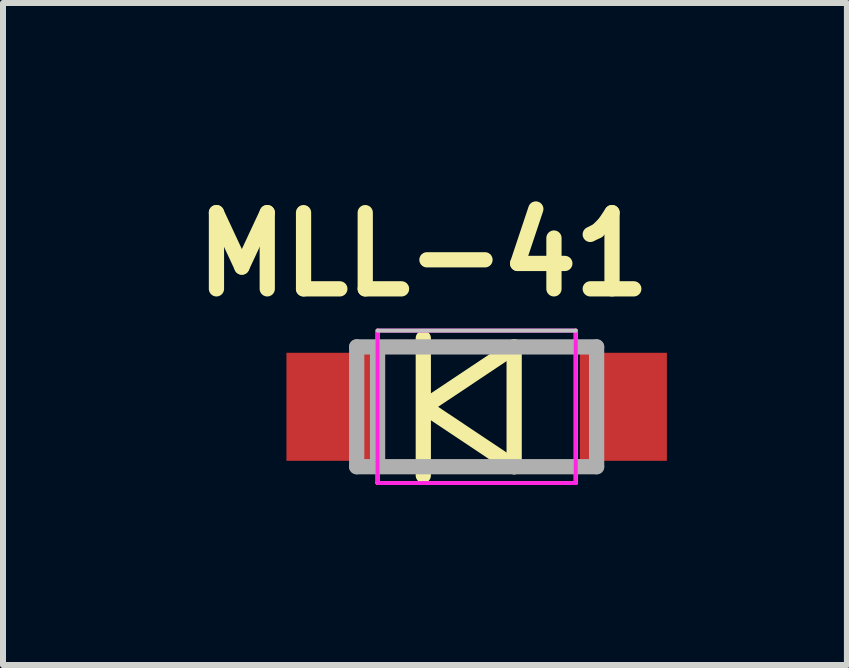
<source format=kicad_pcb>
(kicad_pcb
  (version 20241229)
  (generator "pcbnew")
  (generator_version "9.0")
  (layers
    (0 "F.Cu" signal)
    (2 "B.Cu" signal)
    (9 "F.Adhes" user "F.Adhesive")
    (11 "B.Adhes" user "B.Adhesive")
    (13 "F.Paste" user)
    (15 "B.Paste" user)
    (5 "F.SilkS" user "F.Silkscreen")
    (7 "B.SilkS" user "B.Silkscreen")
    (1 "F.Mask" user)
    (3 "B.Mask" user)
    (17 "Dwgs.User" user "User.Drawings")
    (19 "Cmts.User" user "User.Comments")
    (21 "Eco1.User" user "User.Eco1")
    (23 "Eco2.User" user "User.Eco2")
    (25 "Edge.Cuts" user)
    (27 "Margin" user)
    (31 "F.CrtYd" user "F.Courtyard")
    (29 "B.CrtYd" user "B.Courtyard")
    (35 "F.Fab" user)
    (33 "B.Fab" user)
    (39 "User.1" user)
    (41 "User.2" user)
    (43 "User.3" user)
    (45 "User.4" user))
  (footprint "MLL-41"
    (layer "F.Cu")
    (at 4.893 3.729)
    (property "Reference" "MLL-41" (at -0.889 -2.54 0) (layer "F.SilkS") (effects (font (size 1.27 1.27) (thickness 0.254))))
    (attr smd)
    (fp_line (start -1.651 1.27) (end -1.651 -1.27) (stroke (width 0.066) (type solid)) (layer "F.SilkS"))
    (fp_line (start -1.651 1.27) (end 1.651 1.27) (stroke (width 0.066) (type solid)) (layer "F.SilkS"))
    (fp_line (start -0.889 -1.143) (end -0.889 1.143) (stroke (width 0.254) (type solid)) (layer "F.SilkS"))
    (fp_line (start -0.871 0) (end 0.625 0.998) (stroke (width 0.254) (type solid)) (layer "F.SilkS"))
    (fp_line (start 0.625 -0.998) (end -0.871 0) (stroke (width 0.254) (type solid)) (layer "F.SilkS"))
    (fp_line (start 0.625 0.998) (end 0.625 -0.998) (stroke (width 0.254) (type solid)) (layer "F.SilkS"))
    (fp_line (start 1.651 1.27) (end 1.651 -1.27) (stroke (width 0.066) (type solid)) (layer "F.SilkS"))
    (fp_line (start -1.651 -1.27) (end 1.651 -1.27) (stroke (width 0.066) (type solid)) (layer "Dwgs.User"))
    (fp_line (start -1.651 -1.27) (end 1.651 -1.27) (stroke (width 0.066) (type solid)) (layer "F.CrtYd"))
    (fp_line (start -1.651 1.27) (end -1.651 -1.27) (stroke (width 0.066) (type solid)) (layer "F.CrtYd"))
    (fp_line (start -1.651 1.27) (end 1.651 1.27) (stroke (width 0.066) (type solid)) (layer "F.CrtYd"))
    (fp_line (start 1.651 1.27) (end 1.651 -1.27) (stroke (width 0.066) (type solid)) (layer "F.CrtYd"))
    (fp_line (start -1.999 -0.998) (end -1.999 0.998) (stroke (width 0.254) (type solid)) (layer "F.Fab"))
    (fp_line (start -1.999 0.998) (end 1.999 0.998) (stroke (width 0.254) (type solid)) (layer "F.Fab"))
    (fp_line (start -1.651 -0.889) (end -1.651 0.889) (stroke (width 0.254) (type solid)) (layer "F.Fab"))
    (fp_line (start 1.999 -0.998) (end -1.999 -0.998) (stroke (width 0.254) (type solid)) (layer "F.Fab"))
    (fp_line (start 1.999 0.998) (end 1.999 -0.998) (stroke (width 0.254) (type solid)) (layer "F.Fab"))
    (pad "A" smd rect (at 2.445 0) (size 1.45 1.8) (layers "F.Cu" "F.Mask" "F.Paste"))
    (pad "K" smd rect (at -2.445 0) (size 1.45 1.8) (layers "F.Cu" "F.Mask" "F.Paste")))
  (gr_rect
    (start -3 -3)
    (end 11.063 8.032)
    (stroke (width 0.1) (type default))
    (fill no)
    (layer "Edge.Cuts")))
</source>
